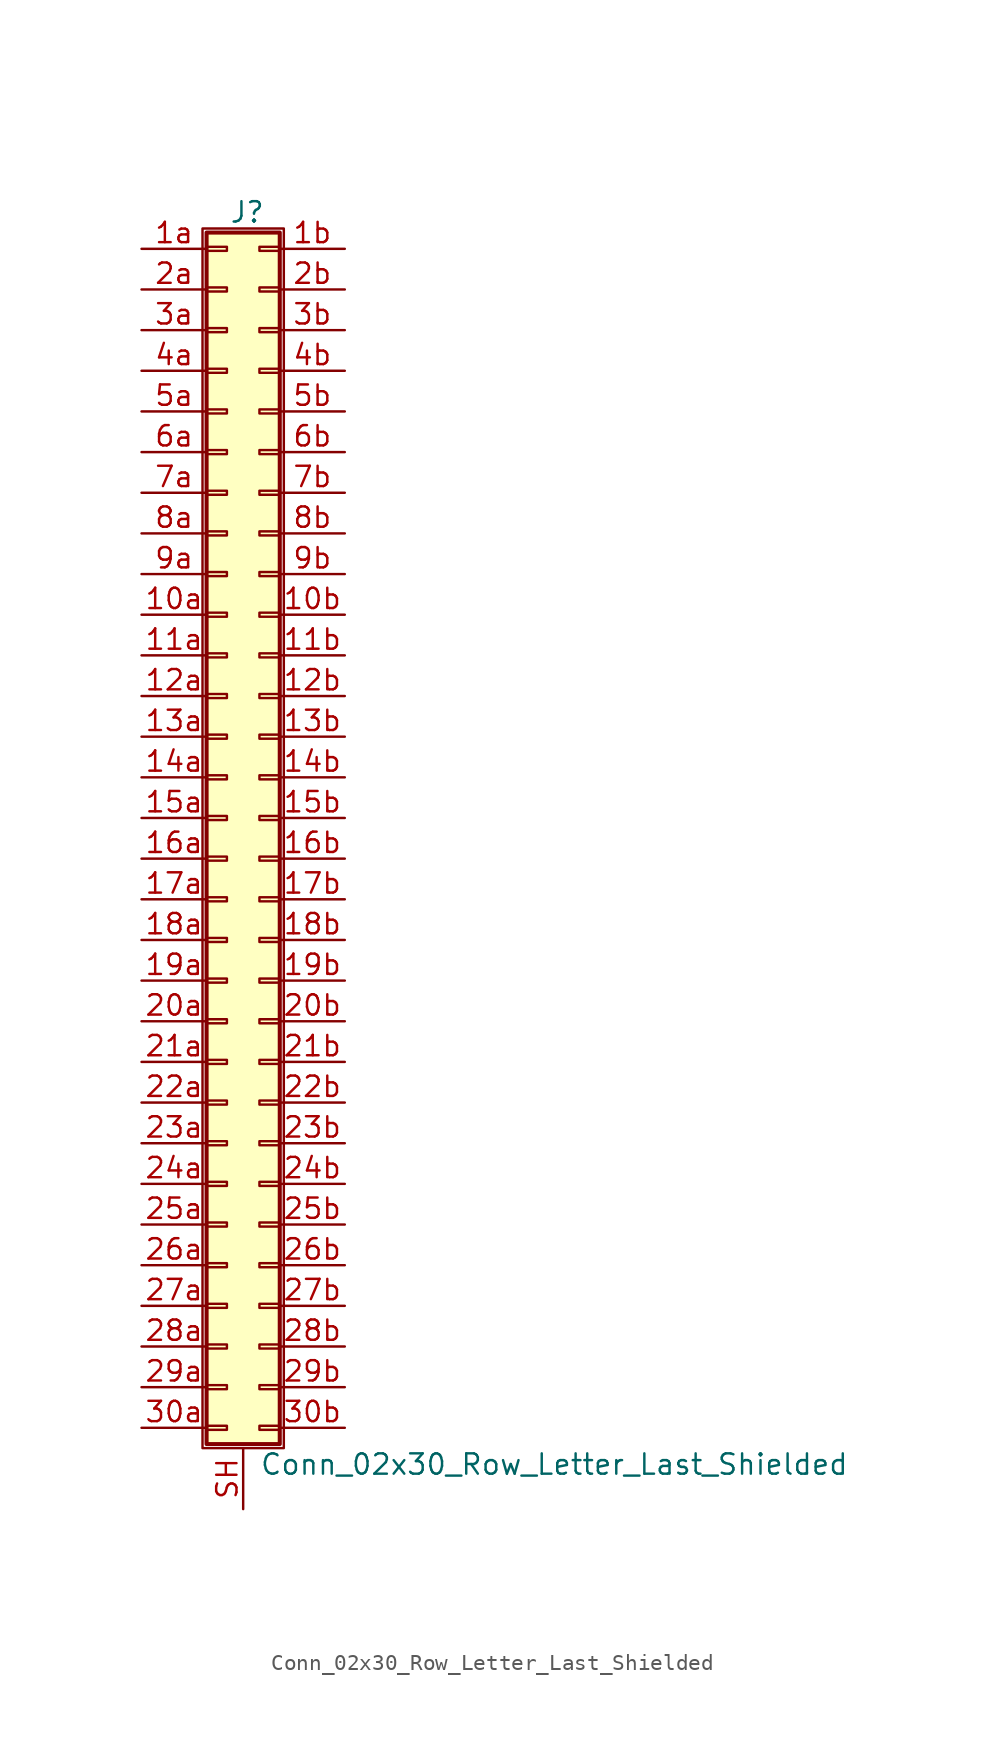
<source format=kicad_sym>
(kicad_symbol_lib
  (version 20201005)
  (generator kicad_symbol_editor)
  (symbol "Conn_02x30_Row_Letter_Last_Shielded"
    (pin_names
      (offset 1.016) hide)
    (property "Reference" "J"
      (at 1.524 37.846 0)
      (effects (font (size 1.27 1.27))))
    (property "Value" "Conn_02x30_Row_Letter_Last_Shielded"
      (at 2.286 -40.386 0)
      (effects (font (size 1.27 1.27)) (justify left)))
    (symbol "Conn_02x30_Row_Letter_Last_Shielded_1_1"
      (rectangle (start -1.27 36.83) (end 3.81 -39.37) (stroke (width 0.152)) (fill (type none)))
      (rectangle (start -1.016 -37.973) (end 0.254 -38.227) (stroke (width 0.152)) (fill (type none)))
      (rectangle (start -1.016 -35.433) (end 0.254 -35.687) (stroke (width 0.152)) (fill (type none)))
      (rectangle (start -1.016 -32.893) (end 0.254 -33.147) (stroke (width 0.152)) (fill (type none)))
      (rectangle (start -1.016 -30.353) (end 0.254 -30.607) (stroke (width 0.152)) (fill (type none)))
      (rectangle (start -1.016 -27.813) (end 0.254 -28.067) (stroke (width 0.152)) (fill (type none)))
      (rectangle (start -1.016 -25.273) (end 0.254 -25.527) (stroke (width 0.152)) (fill (type none)))
      (rectangle (start -1.016 -22.733) (end 0.254 -22.987) (stroke (width 0.152)) (fill (type none)))
      (rectangle (start -1.016 -20.193) (end 0.254 -20.447) (stroke (width 0.152)) (fill (type none)))
      (rectangle (start -1.016 -17.653) (end 0.254 -17.907) (stroke (width 0.152)) (fill (type none)))
      (rectangle (start -1.016 -15.113) (end 0.254 -15.367) (stroke (width 0.152)) (fill (type none)))
      (rectangle (start -1.016 -12.573) (end 0.254 -12.827) (stroke (width 0.152)) (fill (type none)))
      (rectangle (start -1.016 -10.033) (end 0.254 -10.287) (stroke (width 0.152)) (fill (type none)))
      (rectangle (start -1.016 -7.493) (end 0.254 -7.747) (stroke (width 0.152)) (fill (type none)))
      (rectangle (start -1.016 -4.953) (end 0.254 -5.207) (stroke (width 0.152)) (fill (type none)))
      (rectangle (start -1.016 -2.413) (end 0.254 -2.667) (stroke (width 0.152)) (fill (type none)))
      (rectangle (start -1.016 0.127) (end 0.254 -0.127) (stroke (width 0.152)) (fill (type none)))
      (rectangle (start -1.016 2.667) (end 0.254 2.413) (stroke (width 0.152)) (fill (type none)))
      (rectangle (start -1.016 5.207) (end 0.254 4.953) (stroke (width 0.152)) (fill (type none)))
      (rectangle (start -1.016 7.747) (end 0.254 7.493) (stroke (width 0.152)) (fill (type none)))
      (rectangle (start -1.016 10.287) (end 0.254 10.033) (stroke (width 0.152)) (fill (type none)))
      (rectangle (start -1.016 12.827) (end 0.254 12.573) (stroke (width 0.152)) (fill (type none)))
      (rectangle (start -1.016 15.367) (end 0.254 15.113) (stroke (width 0.152)) (fill (type none)))
      (rectangle (start -1.016 17.907) (end 0.254 17.653) (stroke (width 0.152)) (fill (type none)))
      (rectangle (start -1.016 20.447) (end 0.254 20.193) (stroke (width 0.152)) (fill (type none)))
      (rectangle (start -1.016 22.987) (end 0.254 22.733) (stroke (width 0.152)) (fill (type none)))
      (rectangle (start -1.016 25.527) (end 0.254 25.273) (stroke (width 0.152)) (fill (type none)))
      (rectangle (start -1.016 28.067) (end 0.254 27.813) (stroke (width 0.152)) (fill (type none)))
      (rectangle (start -1.016 30.607) (end 0.254 30.353) (stroke (width 0.152)) (fill (type none)))
      (rectangle (start -1.016 33.147) (end 0.254 32.893) (stroke (width 0.152)) (fill (type none)))
      (rectangle (start -1.016 35.687) (end 0.254 35.433) (stroke (width 0.152)) (fill (type none)))
      (rectangle (start 3.556 -37.973) (end 2.286 -38.227) (stroke (width 0.152)) (fill (type none)))
      (rectangle (start 3.556 -35.433) (end 2.286 -35.687) (stroke (width 0.152)) (fill (type none)))
      (rectangle (start 3.556 -32.893) (end 2.286 -33.147) (stroke (width 0.152)) (fill (type none)))
      (rectangle (start 3.556 -30.353) (end 2.286 -30.607) (stroke (width 0.152)) (fill (type none)))
      (rectangle (start 3.556 -27.813) (end 2.286 -28.067) (stroke (width 0.152)) (fill (type none)))
      (rectangle (start 3.556 -25.273) (end 2.286 -25.527) (stroke (width 0.152)) (fill (type none)))
      (rectangle (start 3.556 -22.733) (end 2.286 -22.987) (stroke (width 0.152)) (fill (type none)))
      (rectangle (start 3.556 -20.193) (end 2.286 -20.447) (stroke (width 0.152)) (fill (type none)))
      (rectangle (start 3.556 -17.653) (end 2.286 -17.907) (stroke (width 0.152)) (fill (type none)))
      (rectangle (start 3.556 -15.113) (end 2.286 -15.367) (stroke (width 0.152)) (fill (type none)))
      (rectangle (start 3.556 -12.573) (end 2.286 -12.827) (stroke (width 0.152)) (fill (type none)))
      (rectangle (start 3.556 -10.033) (end 2.286 -10.287) (stroke (width 0.152)) (fill (type none)))
      (rectangle (start 3.556 -7.493) (end 2.286 -7.747) (stroke (width 0.152)) (fill (type none)))
      (rectangle (start 3.556 -4.953) (end 2.286 -5.207) (stroke (width 0.152)) (fill (type none)))
      (rectangle (start 3.556 -2.413) (end 2.286 -2.667) (stroke (width 0.152)) (fill (type none)))
      (rectangle (start 3.556 0.127) (end 2.286 -0.127) (stroke (width 0.152)) (fill (type none)))
      (rectangle (start 3.556 2.667) (end 2.286 2.413) (stroke (width 0.152)) (fill (type none)))
      (rectangle (start 3.556 5.207) (end 2.286 4.953) (stroke (width 0.152)) (fill (type none)))
      (rectangle (start 3.556 7.747) (end 2.286 7.493) (stroke (width 0.152)) (fill (type none)))
      (rectangle (start 3.556 10.287) (end 2.286 10.033) (stroke (width 0.152)) (fill (type none)))
      (rectangle (start 3.556 12.827) (end 2.286 12.573) (stroke (width 0.152)) (fill (type none)))
      (rectangle (start 3.556 15.367) (end 2.286 15.113) (stroke (width 0.152)) (fill (type none)))
      (rectangle (start 3.556 17.907) (end 2.286 17.653) (stroke (width 0.152)) (fill (type none)))
      (rectangle (start 3.556 20.447) (end 2.286 20.193) (stroke (width 0.152)) (fill (type none)))
      (rectangle (start 3.556 22.987) (end 2.286 22.733) (stroke (width 0.152)) (fill (type none)))
      (rectangle (start 3.556 25.527) (end 2.286 25.273) (stroke (width 0.152)) (fill (type none)))
      (rectangle (start 3.556 28.067) (end 2.286 27.813) (stroke (width 0.152)) (fill (type none)))
      (rectangle (start 3.556 30.607) (end 2.286 30.353) (stroke (width 0.152)) (fill (type none)))
      (rectangle (start 3.556 33.147) (end 2.286 32.893) (stroke (width 0.152)) (fill (type none)))
      (rectangle (start 3.556 35.687) (end 2.286 35.433) (stroke (width 0.152)) (fill (type none)))
      (rectangle (start -1.016 36.576) (end 3.556 -39.116) (stroke (width 0.254)) (fill (type background)))
      (pin passive line (at -5.08 12.7 0) (length 4.064) (name "Pin_10a" (effects (font (size 1.27 1.27)))) (number "10a" (effects (font (size 1.27 1.27)))))
      (pin passive line (at 7.62 12.7 180) (length 4.064) (name "Pin_10b" (effects (font (size 1.27 1.27)))) (number "10b" (effects (font (size 1.27 1.27)))))
      (pin passive line (at -5.08 10.16 0) (length 4.064) (name "Pin_11a" (effects (font (size 1.27 1.27)))) (number "11a" (effects (font (size 1.27 1.27)))))
      (pin passive line (at 7.62 10.16 180) (length 4.064) (name "Pin_11b" (effects (font (size 1.27 1.27)))) (number "11b" (effects (font (size 1.27 1.27)))))
      (pin passive line (at -5.08 7.62 0) (length 4.064) (name "Pin_12a" (effects (font (size 1.27 1.27)))) (number "12a" (effects (font (size 1.27 1.27)))))
      (pin passive line (at 7.62 7.62 180) (length 4.064) (name "Pin_12b" (effects (font (size 1.27 1.27)))) (number "12b" (effects (font (size 1.27 1.27)))))
      (pin passive line (at -5.08 5.08 0) (length 4.064) (name "Pin_13a" (effects (font (size 1.27 1.27)))) (number "13a" (effects (font (size 1.27 1.27)))))
      (pin passive line (at 7.62 5.08 180) (length 4.064) (name "Pin_13b" (effects (font (size 1.27 1.27)))) (number "13b" (effects (font (size 1.27 1.27)))))
      (pin passive line (at -5.08 2.54 0) (length 4.064) (name "Pin_14a" (effects (font (size 1.27 1.27)))) (number "14a" (effects (font (size 1.27 1.27)))))
      (pin passive line (at 7.62 2.54 180) (length 4.064) (name "Pin_14b" (effects (font (size 1.27 1.27)))) (number "14b" (effects (font (size 1.27 1.27)))))
      (pin passive line (at -5.08 0 0) (length 4.064) (name "Pin_15a" (effects (font (size 1.27 1.27)))) (number "15a" (effects (font (size 1.27 1.27)))))
      (pin passive line (at 7.62 0 180) (length 4.064) (name "Pin_15b" (effects (font (size 1.27 1.27)))) (number "15b" (effects (font (size 1.27 1.27)))))
      (pin passive line (at -5.08 -2.54 0) (length 4.064) (name "Pin_16a" (effects (font (size 1.27 1.27)))) (number "16a" (effects (font (size 1.27 1.27)))))
      (pin passive line (at 7.62 -2.54 180) (length 4.064) (name "Pin_16b" (effects (font (size 1.27 1.27)))) (number "16b" (effects (font (size 1.27 1.27)))))
      (pin passive line (at -5.08 -5.08 0) (length 4.064) (name "Pin_17a" (effects (font (size 1.27 1.27)))) (number "17a" (effects (font (size 1.27 1.27)))))
      (pin passive line (at 7.62 -5.08 180) (length 4.064) (name "Pin_17b" (effects (font (size 1.27 1.27)))) (number "17b" (effects (font (size 1.27 1.27)))))
      (pin passive line (at -5.08 -7.62 0) (length 4.064) (name "Pin_18a" (effects (font (size 1.27 1.27)))) (number "18a" (effects (font (size 1.27 1.27)))))
      (pin passive line (at 7.62 -7.62 180) (length 4.064) (name "Pin_18b" (effects (font (size 1.27 1.27)))) (number "18b" (effects (font (size 1.27 1.27)))))
      (pin passive line (at -5.08 -10.16 0) (length 4.064) (name "Pin_19a" (effects (font (size 1.27 1.27)))) (number "19a" (effects (font (size 1.27 1.27)))))
      (pin passive line (at 7.62 -10.16 180) (length 4.064) (name "Pin_19b" (effects (font (size 1.27 1.27)))) (number "19b" (effects (font (size 1.27 1.27)))))
      (pin passive line (at -5.08 35.56 0) (length 4.064) (name "Pin_1a" (effects (font (size 1.27 1.27)))) (number "1a" (effects (font (size 1.27 1.27)))))
      (pin passive line (at 7.62 35.56 180) (length 4.064) (name "Pin_1b" (effects (font (size 1.27 1.27)))) (number "1b" (effects (font (size 1.27 1.27)))))
      (pin passive line (at -5.08 -12.7 0) (length 4.064) (name "Pin_20a" (effects (font (size 1.27 1.27)))) (number "20a" (effects (font (size 1.27 1.27)))))
      (pin passive line (at 7.62 -12.7 180) (length 4.064) (name "Pin_20b" (effects (font (size 1.27 1.27)))) (number "20b" (effects (font (size 1.27 1.27)))))
      (pin passive line (at -5.08 -15.24 0) (length 4.064) (name "Pin_21a" (effects (font (size 1.27 1.27)))) (number "21a" (effects (font (size 1.27 1.27)))))
      (pin passive line (at 7.62 -15.24 180) (length 4.064) (name "Pin_21b" (effects (font (size 1.27 1.27)))) (number "21b" (effects (font (size 1.27 1.27)))))
      (pin passive line (at -5.08 -17.78 0) (length 4.064) (name "Pin_22a" (effects (font (size 1.27 1.27)))) (number "22a" (effects (font (size 1.27 1.27)))))
      (pin passive line (at 7.62 -17.78 180) (length 4.064) (name "Pin_22b" (effects (font (size 1.27 1.27)))) (number "22b" (effects (font (size 1.27 1.27)))))
      (pin passive line (at -5.08 -20.32 0) (length 4.064) (name "Pin_23a" (effects (font (size 1.27 1.27)))) (number "23a" (effects (font (size 1.27 1.27)))))
      (pin passive line (at 7.62 -20.32 180) (length 4.064) (name "Pin_23b" (effects (font (size 1.27 1.27)))) (number "23b" (effects (font (size 1.27 1.27)))))
      (pin passive line (at -5.08 -22.86 0) (length 4.064) (name "Pin_24a" (effects (font (size 1.27 1.27)))) (number "24a" (effects (font (size 1.27 1.27)))))
      (pin passive line (at 7.62 -22.86 180) (length 4.064) (name "Pin_24b" (effects (font (size 1.27 1.27)))) (number "24b" (effects (font (size 1.27 1.27)))))
      (pin passive line (at -5.08 -25.4 0) (length 4.064) (name "Pin_25a" (effects (font (size 1.27 1.27)))) (number "25a" (effects (font (size 1.27 1.27)))))
      (pin passive line (at 7.62 -25.4 180) (length 4.064) (name "Pin_25b" (effects (font (size 1.27 1.27)))) (number "25b" (effects (font (size 1.27 1.27)))))
      (pin passive line (at -5.08 -27.94 0) (length 4.064) (name "Pin_26a" (effects (font (size 1.27 1.27)))) (number "26a" (effects (font (size 1.27 1.27)))))
      (pin passive line (at 7.62 -27.94 180) (length 4.064) (name "Pin_26b" (effects (font (size 1.27 1.27)))) (number "26b" (effects (font (size 1.27 1.27)))))
      (pin passive line (at -5.08 -30.48 0) (length 4.064) (name "Pin_27a" (effects (font (size 1.27 1.27)))) (number "27a" (effects (font (size 1.27 1.27)))))
      (pin passive line (at 7.62 -30.48 180) (length 4.064) (name "Pin_27b" (effects (font (size 1.27 1.27)))) (number "27b" (effects (font (size 1.27 1.27)))))
      (pin passive line (at -5.08 -33.02 0) (length 4.064) (name "Pin_28a" (effects (font (size 1.27 1.27)))) (number "28a" (effects (font (size 1.27 1.27)))))
      (pin passive line (at 7.62 -33.02 180) (length 4.064) (name "Pin_28b" (effects (font (size 1.27 1.27)))) (number "28b" (effects (font (size 1.27 1.27)))))
      (pin passive line (at -5.08 -35.56 0) (length 4.064) (name "Pin_29a" (effects (font (size 1.27 1.27)))) (number "29a" (effects (font (size 1.27 1.27)))))
      (pin passive line (at 7.62 -35.56 180) (length 4.064) (name "Pin_29b" (effects (font (size 1.27 1.27)))) (number "29b" (effects (font (size 1.27 1.27)))))
      (pin passive line (at -5.08 33.02 0) (length 4.064) (name "Pin_2a" (effects (font (size 1.27 1.27)))) (number "2a" (effects (font (size 1.27 1.27)))))
      (pin passive line (at 7.62 33.02 180) (length 4.064) (name "Pin_2b" (effects (font (size 1.27 1.27)))) (number "2b" (effects (font (size 1.27 1.27)))))
      (pin passive line (at -5.08 -38.1 0) (length 4.064) (name "Pin_30a" (effects (font (size 1.27 1.27)))) (number "30a" (effects (font (size 1.27 1.27)))))
      (pin passive line (at 7.62 -38.1 180) (length 4.064) (name "Pin_30b" (effects (font (size 1.27 1.27)))) (number "30b" (effects (font (size 1.27 1.27)))))
      (pin passive line (at -5.08 30.48 0) (length 4.064) (name "Pin_3a" (effects (font (size 1.27 1.27)))) (number "3a" (effects (font (size 1.27 1.27)))))
      (pin passive line (at 7.62 30.48 180) (length 4.064) (name "Pin_3b" (effects (font (size 1.27 1.27)))) (number "3b" (effects (font (size 1.27 1.27)))))
      (pin passive line (at -5.08 27.94 0) (length 4.064) (name "Pin_4a" (effects (font (size 1.27 1.27)))) (number "4a" (effects (font (size 1.27 1.27)))))
      (pin passive line (at 7.62 27.94 180) (length 4.064) (name "Pin_4b" (effects (font (size 1.27 1.27)))) (number "4b" (effects (font (size 1.27 1.27)))))
      (pin passive line (at -5.08 25.4 0) (length 4.064) (name "Pin_5a" (effects (font (size 1.27 1.27)))) (number "5a" (effects (font (size 1.27 1.27)))))
      (pin passive line (at 7.62 25.4 180) (length 4.064) (name "Pin_5b" (effects (font (size 1.27 1.27)))) (number "5b" (effects (font (size 1.27 1.27)))))
      (pin passive line (at -5.08 22.86 0) (length 4.064) (name "Pin_6a" (effects (font (size 1.27 1.27)))) (number "6a" (effects (font (size 1.27 1.27)))))
      (pin passive line (at 7.62 22.86 180) (length 4.064) (name "Pin_6b" (effects (font (size 1.27 1.27)))) (number "6b" (effects (font (size 1.27 1.27)))))
      (pin passive line (at -5.08 20.32 0) (length 4.064) (name "Pin_7a" (effects (font (size 1.27 1.27)))) (number "7a" (effects (font (size 1.27 1.27)))))
      (pin passive line (at 7.62 20.32 180) (length 4.064) (name "Pin_7b" (effects (font (size 1.27 1.27)))) (number "7b" (effects (font (size 1.27 1.27)))))
      (pin passive line (at -5.08 17.78 0) (length 4.064) (name "Pin_8a" (effects (font (size 1.27 1.27)))) (number "8a" (effects (font (size 1.27 1.27)))))
      (pin passive line (at 7.62 17.78 180) (length 4.064) (name "Pin_8b" (effects (font (size 1.27 1.27)))) (number "8b" (effects (font (size 1.27 1.27)))))
      (pin passive line (at -5.08 15.24 0) (length 4.064) (name "Pin_9a" (effects (font (size 1.27 1.27)))) (number "9a" (effects (font (size 1.27 1.27)))))
      (pin passive line (at 7.62 15.24 180) (length 4.064) (name "Pin_9b" (effects (font (size 1.27 1.27)))) (number "9b" (effects (font (size 1.27 1.27)))))
      (pin passive line (at 1.27 -43.18 90) (length 3.81) (name "Shield" (effects (font (size 1.27 1.27)))) (number "SH" (effects (font (size 1.27 1.27))))))))
</source>
